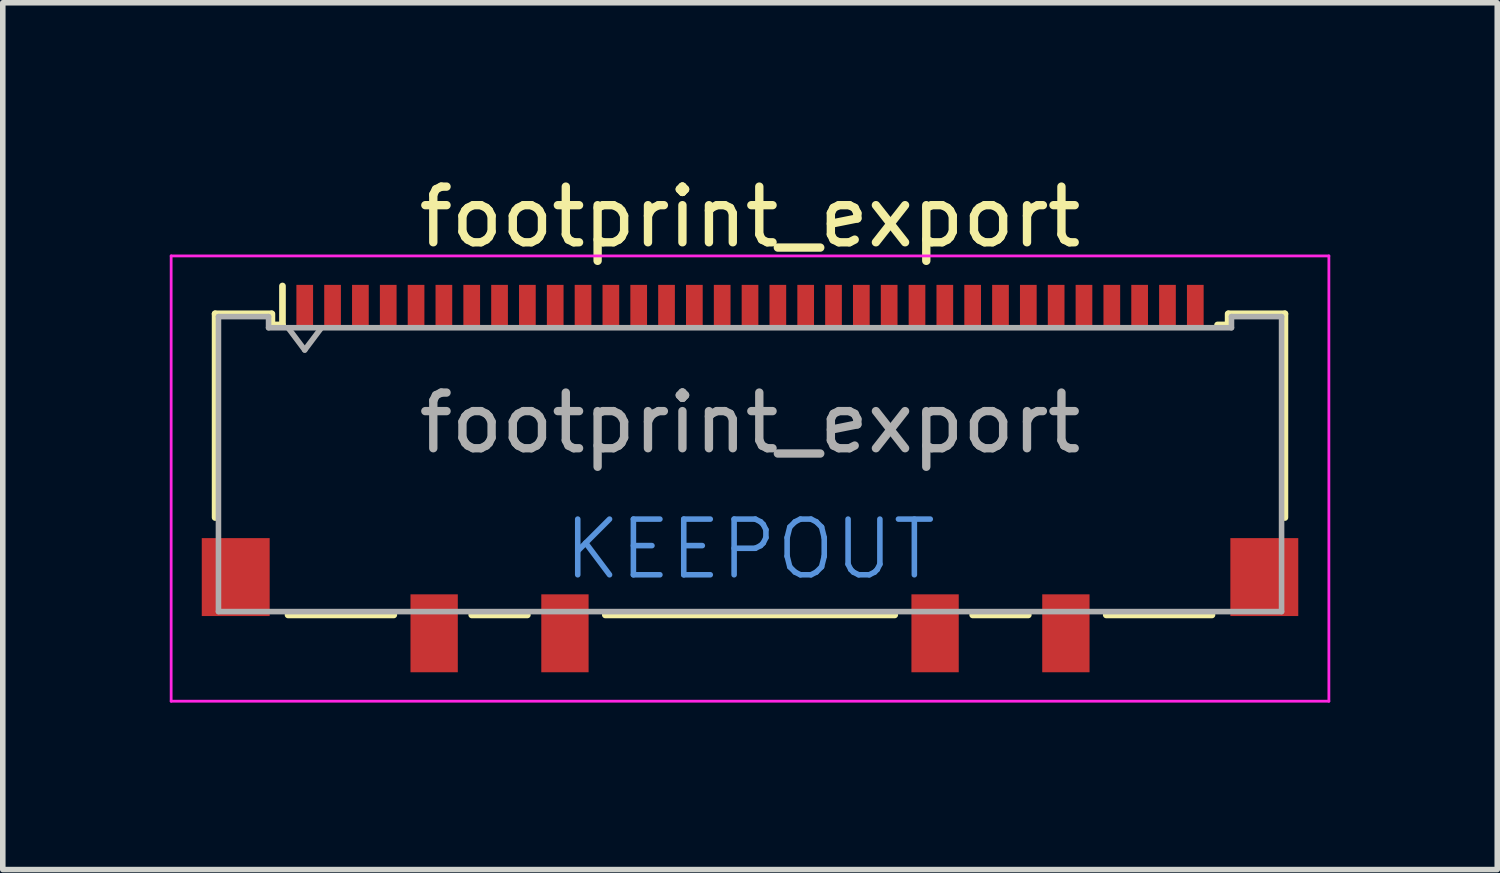
<source format=kicad_pcb>
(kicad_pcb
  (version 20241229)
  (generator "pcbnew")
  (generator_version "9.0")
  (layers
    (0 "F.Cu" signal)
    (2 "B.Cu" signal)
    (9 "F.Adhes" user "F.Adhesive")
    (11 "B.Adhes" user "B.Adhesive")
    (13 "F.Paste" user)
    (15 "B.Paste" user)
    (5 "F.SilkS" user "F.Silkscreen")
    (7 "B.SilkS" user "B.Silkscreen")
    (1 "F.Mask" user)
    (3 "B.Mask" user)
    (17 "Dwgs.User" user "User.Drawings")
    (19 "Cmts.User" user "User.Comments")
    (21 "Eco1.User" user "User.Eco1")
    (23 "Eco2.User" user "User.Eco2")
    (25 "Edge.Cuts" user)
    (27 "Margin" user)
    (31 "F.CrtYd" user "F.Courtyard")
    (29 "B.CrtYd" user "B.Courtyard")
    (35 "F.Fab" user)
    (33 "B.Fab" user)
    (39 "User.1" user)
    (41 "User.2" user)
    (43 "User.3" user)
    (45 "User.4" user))
  (footprint "footprint_export"
    (layer "F.Cu")
    (at 10.425 5.548)
    (property "Reference" "footprint_export" (at 0 -4.7 0) (layer "F.SilkS") (effects (font (size 1 1) (thickness 0.15))))
    (attr smd)
    (fp_line (start -9.61 -2.96) (end -8.6 -2.96) (stroke (width 0.12) (type solid)) (layer "F.SilkS"))
    (fp_line (start -9.61 0.7) (end -9.61 -2.96) (stroke (width 0.12) (type solid)) (layer "F.SilkS"))
    (fp_line (start -8.59 -2.76) (end -8.59 -2.96) (stroke (width 0.12) (type solid)) (layer "F.SilkS"))
    (fp_line (start -8.59 -2.76) (end -8.4 -2.76) (stroke (width 0.12) (type solid)) (layer "F.SilkS"))
    (fp_line (start -8.4 -2.76) (end -8.4 -3.46) (stroke (width 0.12) (type solid)) (layer "F.SilkS"))
    (fp_line (start -8.3 2.45) (end -6.4 2.45) (stroke (width 0.12) (type solid)) (layer "F.SilkS"))
    (fp_line (start -4 2.45) (end -5 2.45) (stroke (width 0.12) (type solid)) (layer "F.SilkS"))
    (fp_line (start -2.6 2.45) (end 2.6 2.45) (stroke (width 0.12) (type solid)) (layer "F.SilkS"))
    (fp_line (start 4 2.45) (end 5 2.45) (stroke (width 0.12) (type solid)) (layer "F.SilkS"))
    (fp_line (start 6.4 2.45) (end 8.3 2.45) (stroke (width 0.12) (type solid)) (layer "F.SilkS"))
    (fp_line (start 8.59 -2.96) (end 8.59 -2.76) (stroke (width 0.12) (type solid)) (layer "F.SilkS"))
    (fp_line (start 8.59 -2.76) (end 8.4 -2.76) (stroke (width 0.12) (type solid)) (layer "F.SilkS"))
    (fp_line (start 8.6 -2.96) (end 9.61 -2.96) (stroke (width 0.12) (type solid)) (layer "F.SilkS"))
    (fp_line (start 9.61 -2.96) (end 9.61 0.7) (stroke (width 0.12) (type solid)) (layer "F.SilkS"))
    (fp_line (start -10.4 -4) (end 10.4 -4) (stroke (width 0.05) (type solid)) (layer "F.CrtYd"))
    (fp_line (start -10.4 4) (end -10.4 -4) (stroke (width 0.05) (type solid)) (layer "F.CrtYd"))
    (fp_line (start 10.4 -4) (end 10.4 4) (stroke (width 0.05) (type solid)) (layer "F.CrtYd"))
    (fp_line (start 10.4 4) (end -10.4 4) (stroke (width 0.05) (type solid)) (layer "F.CrtYd"))
    (fp_line (start -9.55 -2.91) (end -9.55 2.39) (stroke (width 0.1) (type solid)) (layer "F.Fab"))
    (fp_line (start -9.55 2.39) (end 9.55 2.39) (stroke (width 0.1) (type solid)) (layer "F.Fab"))
    (fp_line (start -8.65 -2.91) (end -9.55 -2.91) (stroke (width 0.1) (type solid)) (layer "F.Fab"))
    (fp_line (start -8.65 -2.71) (end -8.65 -2.91) (stroke (width 0.1) (type solid)) (layer "F.Fab"))
    (fp_line (start -8.3 -2.71) (end -8 -2.31) (stroke (width 0.1) (type solid)) (layer "F.Fab"))
    (fp_line (start -8 -2.31) (end -7.7 -2.71) (stroke (width 0.1) (type solid)) (layer "F.Fab"))
    (fp_line (start 8.65 -2.91) (end 8.65 -2.71) (stroke (width 0.1) (type solid)) (layer "F.Fab"))
    (fp_line (start 8.65 -2.71) (end -8.65 -2.71) (stroke (width 0.1) (type solid)) (layer "F.Fab"))
    (fp_line (start 9.55 -2.91) (end 8.65 -2.91) (stroke (width 0.1) (type solid)) (layer "F.Fab"))
    (fp_line (start 9.55 -2.91) (end 9.55 2.39) (stroke (width 0.1) (type solid)) (layer "F.Fab"))
    (fp_text user "KEEPOUT" (at 0 1.271 0) (layer "Cmts.User") (effects (font (size 1 1) (thickness 0.1))))
    (fp_text user "${REFERENCE}" (at 0 -1 0) (layer "F.Fab") (effects (font (size 1 1) (thickness 0.15))))
    (pad "1" smd rect (at -8 -3.08) (size 0.3 0.8) (layers "F.Cu" "F.Mask" "F.Paste"))
    (pad "2" smd rect (at -7.5 -3.08) (size 0.3 0.8) (layers "F.Cu" "F.Mask" "F.Paste"))
    (pad "3" smd rect (at -7 -3.08) (size 0.3 0.8) (layers "F.Cu" "F.Mask" "F.Paste"))
    (pad "4" smd rect (at -6.5 -3.08) (size 0.3 0.8) (layers "F.Cu" "F.Mask" "F.Paste"))
    (pad "5" smd rect (at -6 -3.08) (size 0.3 0.8) (layers "F.Cu" "F.Mask" "F.Paste"))
    (pad "6" smd rect (at -5.5 -3.08) (size 0.3 0.8) (layers "F.Cu" "F.Mask" "F.Paste"))
    (pad "7" smd rect (at -5 -3.08) (size 0.3 0.8) (layers "F.Cu" "F.Mask" "F.Paste"))
    (pad "8" smd rect (at -4.5 -3.08) (size 0.3 0.8) (layers "F.Cu" "F.Mask" "F.Paste"))
    (pad "9" smd rect (at -4 -3.08) (size 0.3 0.8) (layers "F.Cu" "F.Mask" "F.Paste"))
    (pad "10" smd rect (at -3.5 -3.08) (size 0.3 0.8) (layers "F.Cu" "F.Mask" "F.Paste"))
    (pad "11" smd rect (at -3 -3.08) (size 0.3 0.8) (layers "F.Cu" "F.Mask" "F.Paste"))
    (pad "12" smd rect (at -2.5 -3.08) (size 0.3 0.8) (layers "F.Cu" "F.Mask" "F.Paste"))
    (pad "13" smd rect (at -2 -3.08) (size 0.3 0.8) (layers "F.Cu" "F.Mask" "F.Paste"))
    (pad "14" smd rect (at -1.5 -3.08) (size 0.3 0.8) (layers "F.Cu" "F.Mask" "F.Paste"))
    (pad "15" smd rect (at -1 -3.08) (size 0.3 0.8) (layers "F.Cu" "F.Mask" "F.Paste"))
    (pad "16" smd rect (at -0.5 -3.08) (size 0.3 0.8) (layers "F.Cu" "F.Mask" "F.Paste"))
    (pad "17" smd rect (at 0 -3.08) (size 0.3 0.8) (layers "F.Cu" "F.Mask" "F.Paste"))
    (pad "18" smd rect (at 0.5 -3.08) (size 0.3 0.8) (layers "F.Cu" "F.Mask" "F.Paste"))
    (pad "19" smd rect (at 1 -3.08) (size 0.3 0.8) (layers "F.Cu" "F.Mask" "F.Paste"))
    (pad "20" smd rect (at 1.5 -3.08) (size 0.3 0.8) (layers "F.Cu" "F.Mask" "F.Paste"))
    (pad "21" smd rect (at 2 -3.08) (size 0.3 0.8) (layers "F.Cu" "F.Mask" "F.Paste"))
    (pad "22" smd rect (at 2.5 -3.08) (size 0.3 0.8) (layers "F.Cu" "F.Mask" "F.Paste"))
    (pad "23" smd rect (at 3 -3.08) (size 0.3 0.8) (layers "F.Cu" "F.Mask" "F.Paste"))
    (pad "24" smd rect (at 3.5 -3.08) (size 0.3 0.8) (layers "F.Cu" "F.Mask" "F.Paste"))
    (pad "25" smd rect (at 4 -3.08) (size 0.3 0.8) (layers "F.Cu" "F.Mask" "F.Paste"))
    (pad "26" smd rect (at 4.5 -3.08) (size 0.3 0.8) (layers "F.Cu" "F.Mask" "F.Paste"))
    (pad "27" smd rect (at 5 -3.08) (size 0.3 0.8) (layers "F.Cu" "F.Mask" "F.Paste"))
    (pad "28" smd rect (at 5.5 -3.08) (size 0.3 0.8) (layers "F.Cu" "F.Mask" "F.Paste"))
    (pad "29" smd rect (at 6 -3.08) (size 0.3 0.8) (layers "F.Cu" "F.Mask" "F.Paste"))
    (pad "30" smd rect (at 6.5 -3.08) (size 0.3 0.8) (layers "F.Cu" "F.Mask" "F.Paste"))
    (pad "31" smd rect (at 7 -3.08) (size 0.3 0.8) (layers "F.Cu" "F.Mask" "F.Paste"))
    (pad "32" smd rect (at 7.5 -3.08) (size 0.3 0.8) (layers "F.Cu" "F.Mask" "F.Paste"))
    (pad "33" smd rect (at 8 -3.08) (size 0.3 0.8) (layers "F.Cu" "F.Mask" "F.Paste"))
    (pad "MP" smd rect (at -9.24 1.77) (size 1.22 1.4) (layers "F.Cu" "F.Mask" "F.Paste"))
    (pad "MP" smd rect (at -5.675 2.78) (size 0.85 1.4) (layers "F.Cu" "F.Mask" "F.Paste"))
    (pad "MP" smd rect (at -3.325 2.78) (size 0.85 1.4) (layers "F.Cu" "F.Mask" "F.Paste"))
    (pad "MP" smd rect (at 3.325 2.78) (size 0.85 1.4) (layers "F.Cu" "F.Mask" "F.Paste"))
    (pad "MP" smd rect (at 5.675 2.78) (size 0.85 1.4) (layers "F.Cu" "F.Mask" "F.Paste"))
    (pad "MP" smd rect (at 9.24 1.77) (size 1.22 1.4) (layers "F.Cu" "F.Mask" "F.Paste"))
    (zone (net_name "") (layer "F.Cu") (hatch full 0.508) (connect_pads) (min_thickness 0.254) (filled_areas_thickness no) (keepout (tracks not_allowed) (vias not_allowed) (pads not_allowed) (copperpour not_allowed) (footprints not_allowed)) (placement (enabled no)) (fill) (polygon (pts (xy 10.425 8.058) (xy 7.525 8.058) (xy 7.525 7.628) (xy 6.675 7.628) (xy 6.675 8.058) (xy 5.175 8.058) (xy 5.175 7.628) (xy 4.325 7.628) (xy 4.325 8.058) (xy 1.795 8.058) (xy 1.795 5.508) (xy 10.425 5.508))))
    (zone (net_name "") (layer "F.Cu") (hatch full 0.508) (connect_pads) (min_thickness 0.254) (filled_areas_thickness no) (keepout (tracks not_allowed) (vias not_allowed) (pads not_allowed) (copperpour not_allowed) (footprints not_allowed)) (placement (enabled no)) (fill) (polygon (pts (xy 10.425 8.058) (xy 13.325 8.058) (xy 13.325 7.628) (xy 14.175 7.628) (xy 14.175 8.058) (xy 15.675 8.058) (xy 15.675 7.628) (xy 16.525 7.628) (xy 16.525 8.058) (xy 19.055 8.058) (xy 19.055 5.508) (xy 10.425 5.508)))))
  (gr_rect
    (start -3 -3)
    (end 23.85 12.573)
    (stroke (width 0.1) (type default))
    (fill no)
    (layer "Edge.Cuts")))
</source>
